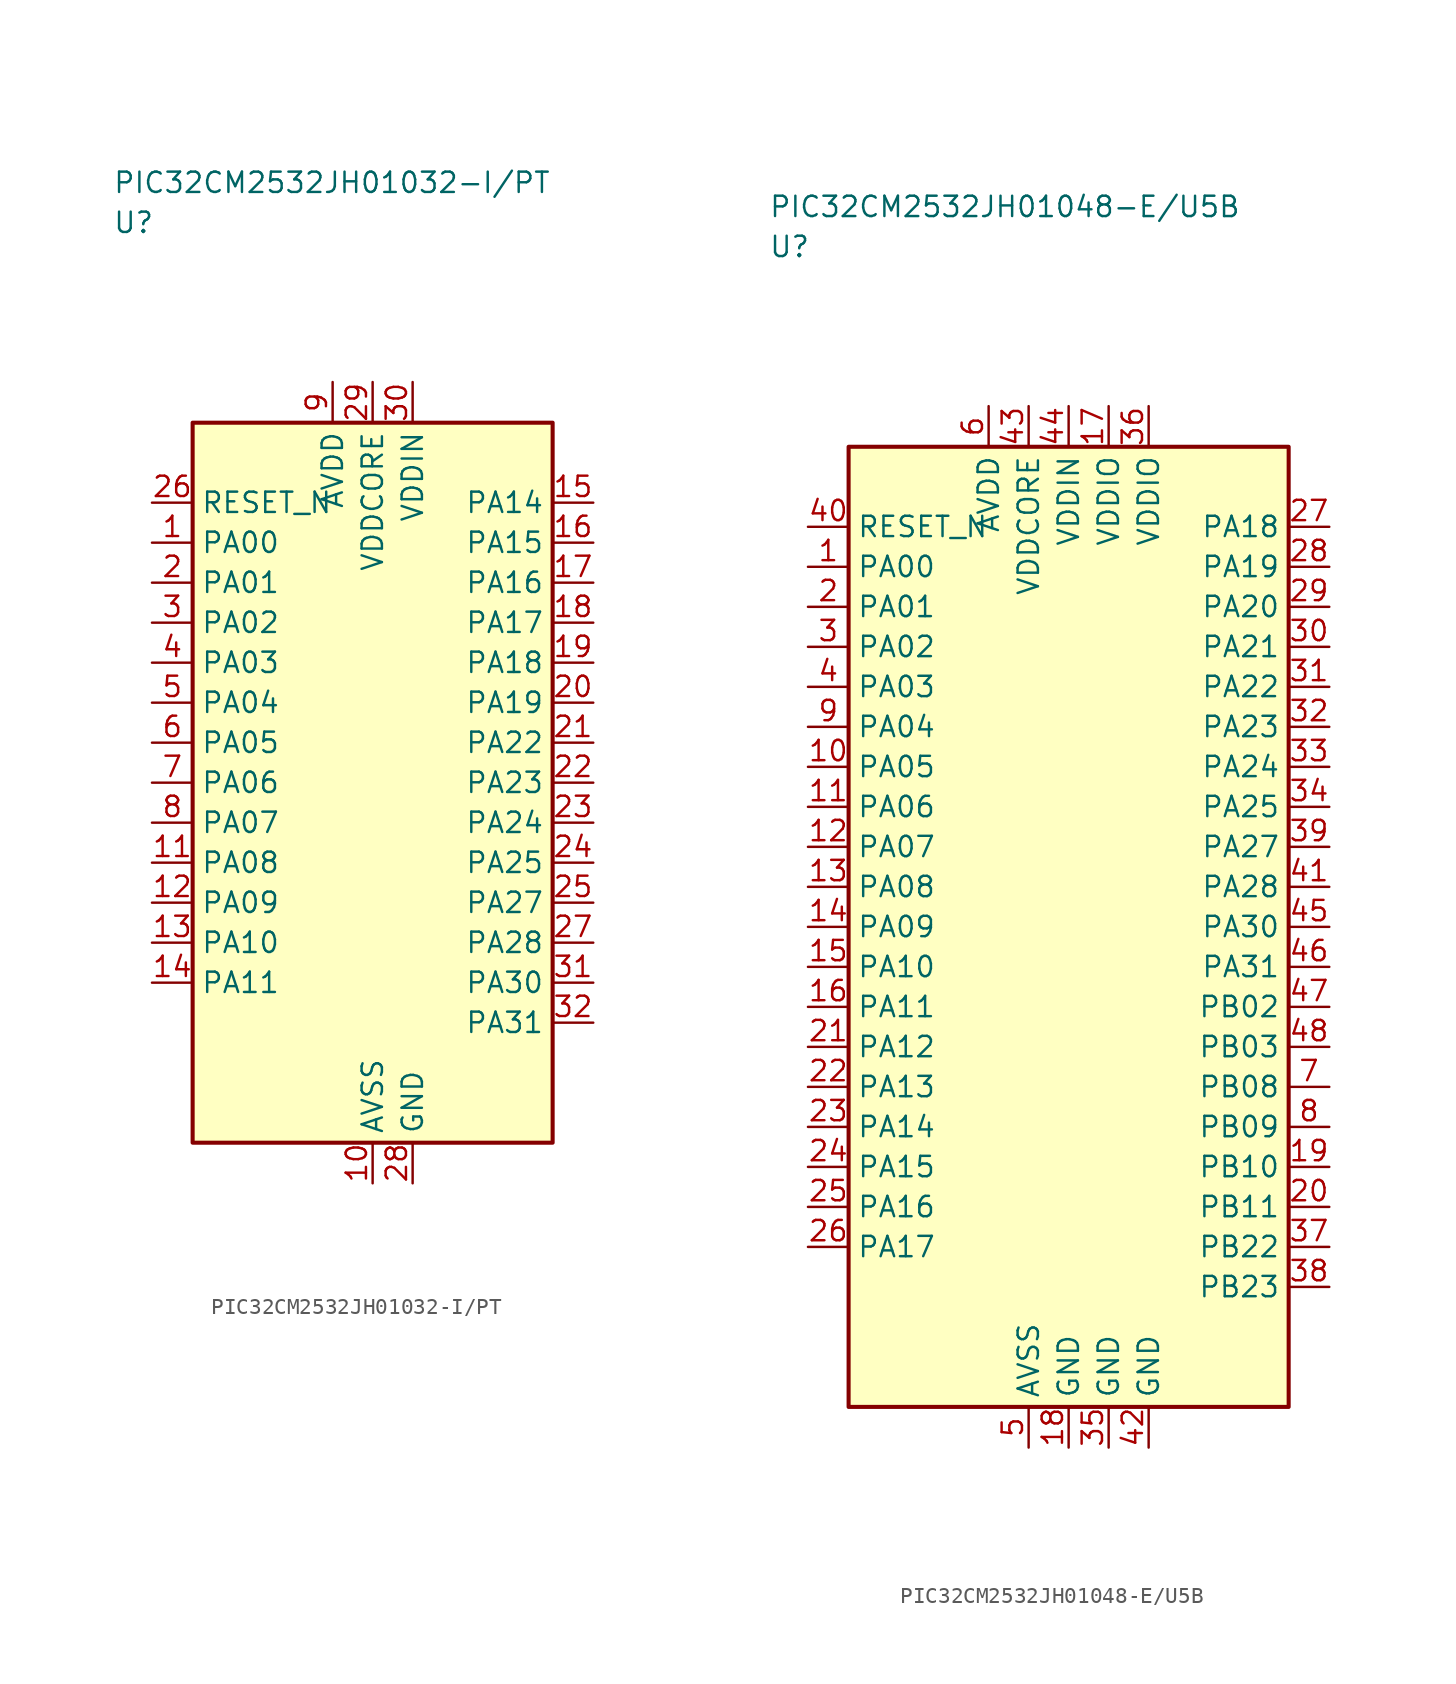
<source format=kicad_sym>
(kicad_symbol_lib
  (version 20241025)
  (generator "kicad_symbol_editor")
  (generator_version "8.0")
  (symbol "PIC32CM2532JH01032-I/PT"
    (property "Reference" "U"
      (at -16.25 35.0 0)
      (effects (font (size 1.27 1.27)) (justify left)))
    (property "Value" "PIC32CM2532JH01032-I/PT"
      (at -16.25 37.5 0)
      (effects (font (size 1.27 1.27)) (justify left)))
    (symbol "PIC32CM2532JH01032-I/PT_0_1"
      (rectangle (start -11.25 22.5) (end 11.25 -22.5) (stroke (width 0.254) (type default)) (fill (type background))))
    (symbol "PIC32CM2532JH01032-I/PT_1_1"
      (pin bidirectional line (at -13.79 15.0 0.0) (length 2.54) (name "PA00" (effects (font (size 1.27 1.27)))) (number "1" (effects (font (size 1.27 1.27)))))
      (pin bidirectional line (at -13.79 12.5 0.0) (length 2.54) (name "PA01" (effects (font (size 1.27 1.27)))) (number "2" (effects (font (size 1.27 1.27)))))
      (pin bidirectional line (at -13.79 10.0 0.0) (length 2.54) (name "PA02" (effects (font (size 1.27 1.27)))) (number "3" (effects (font (size 1.27 1.27)))))
      (pin bidirectional line (at -13.79 7.5 0.0) (length 2.54) (name "PA03" (effects (font (size 1.27 1.27)))) (number "4" (effects (font (size 1.27 1.27)))))
      (pin bidirectional line (at -13.79 5.0 0.0) (length 2.54) (name "PA04" (effects (font (size 1.27 1.27)))) (number "5" (effects (font (size 1.27 1.27)))))
      (pin bidirectional line (at -13.79 2.5 0.0) (length 2.54) (name "PA05" (effects (font (size 1.27 1.27)))) (number "6" (effects (font (size 1.27 1.27)))))
      (pin bidirectional line (at -13.79 0.0 0.0) (length 2.54) (name "PA06" (effects (font (size 1.27 1.27)))) (number "7" (effects (font (size 1.27 1.27)))))
      (pin bidirectional line (at -13.79 -2.5 0.0) (length 2.54) (name "PA07" (effects (font (size 1.27 1.27)))) (number "8" (effects (font (size 1.27 1.27)))))
      (pin power_in line (at -2.5 25.04 270.0) (length 2.54) (name "AVDD" (effects (font (size 1.27 1.27)))) (number "9" (effects (font (size 1.27 1.27)))))
      (pin passive line (at 0.0 -25.04 90.0) (length 2.54) (name "AVSS" (effects (font (size 1.27 1.27)))) (number "10" (effects (font (size 1.27 1.27)))))
      (pin bidirectional line (at -13.79 -5.0 0.0) (length 2.54) (name "PA08" (effects (font (size 1.27 1.27)))) (number "11" (effects (font (size 1.27 1.27)))))
      (pin bidirectional line (at -13.79 -7.5 0.0) (length 2.54) (name "PA09" (effects (font (size 1.27 1.27)))) (number "12" (effects (font (size 1.27 1.27)))))
      (pin bidirectional line (at -13.79 -10.0 0.0) (length 2.54) (name "PA10" (effects (font (size 1.27 1.27)))) (number "13" (effects (font (size 1.27 1.27)))))
      (pin bidirectional line (at -13.79 -12.5 0.0) (length 2.54) (name "PA11" (effects (font (size 1.27 1.27)))) (number "14" (effects (font (size 1.27 1.27)))))
      (pin bidirectional line (at 13.79 17.5 180.0) (length 2.54) (name "PA14" (effects (font (size 1.27 1.27)))) (number "15" (effects (font (size 1.27 1.27)))))
      (pin bidirectional line (at 13.79 15.0 180.0) (length 2.54) (name "PA15" (effects (font (size 1.27 1.27)))) (number "16" (effects (font (size 1.27 1.27)))))
      (pin bidirectional line (at 13.79 12.5 180.0) (length 2.54) (name "PA16" (effects (font (size 1.27 1.27)))) (number "17" (effects (font (size 1.27 1.27)))))
      (pin bidirectional line (at 13.79 10.0 180.0) (length 2.54) (name "PA17" (effects (font (size 1.27 1.27)))) (number "18" (effects (font (size 1.27 1.27)))))
      (pin bidirectional line (at 13.79 7.5 180.0) (length 2.54) (name "PA18" (effects (font (size 1.27 1.27)))) (number "19" (effects (font (size 1.27 1.27)))))
      (pin bidirectional line (at 13.79 5.0 180.0) (length 2.54) (name "PA19" (effects (font (size 1.27 1.27)))) (number "20" (effects (font (size 1.27 1.27)))))
      (pin bidirectional line (at 13.79 2.5 180.0) (length 2.54) (name "PA22" (effects (font (size 1.27 1.27)))) (number "21" (effects (font (size 1.27 1.27)))))
      (pin bidirectional line (at 13.79 0.0 180.0) (length 2.54) (name "PA23" (effects (font (size 1.27 1.27)))) (number "22" (effects (font (size 1.27 1.27)))))
      (pin bidirectional line (at 13.79 -2.5 180.0) (length 2.54) (name "PA24" (effects (font (size 1.27 1.27)))) (number "23" (effects (font (size 1.27 1.27)))))
      (pin bidirectional line (at 13.79 -5.0 180.0) (length 2.54) (name "PA25" (effects (font (size 1.27 1.27)))) (number "24" (effects (font (size 1.27 1.27)))))
      (pin bidirectional line (at 13.79 -7.5 180.0) (length 2.54) (name "PA27" (effects (font (size 1.27 1.27)))) (number "25" (effects (font (size 1.27 1.27)))))
      (pin input line (at -13.79 17.5 0.0) (length 2.54) (name "RESET_N" (effects (font (size 1.27 1.27)))) (number "26" (effects (font (size 1.27 1.27)))))
      (pin bidirectional line (at 13.79 -10.0 180.0) (length 2.54) (name "PA28" (effects (font (size 1.27 1.27)))) (number "27" (effects (font (size 1.27 1.27)))))
      (pin passive line (at 2.5 -25.04 90.0) (length 2.54) (name "GND" (effects (font (size 1.27 1.27)))) (number "28" (effects (font (size 1.27 1.27)))))
      (pin power_in line (at 0.0 25.04 270.0) (length 2.54) (name "VDDCORE" (effects (font (size 1.27 1.27)))) (number "29" (effects (font (size 1.27 1.27)))))
      (pin power_in line (at 2.5 25.04 270.0) (length 2.54) (name "VDDIN" (effects (font (size 1.27 1.27)))) (number "30" (effects (font (size 1.27 1.27)))))
      (pin bidirectional line (at 13.79 -12.5 180.0) (length 2.54) (name "PA30" (effects (font (size 1.27 1.27)))) (number "31" (effects (font (size 1.27 1.27)))))
      (pin bidirectional line (at 13.79 -15.0 180.0) (length 2.54) (name "PA31" (effects (font (size 1.27 1.27)))) (number "32" (effects (font (size 1.27 1.27)))))))
  (symbol "PIC32CM2532JH01048-E/U5B"
    (property "Reference" "U"
      (at -18.75 42.5 0)
      (effects (font (size 1.27 1.27)) (justify left)))
    (property "Value" "PIC32CM2532JH01048-E/U5B"
      (at -18.75 45.0 0)
      (effects (font (size 1.27 1.27)) (justify left)))
    (symbol "PIC32CM2532JH01048-E/U5B_0_1"
      (rectangle (start -13.75 30.0) (end 13.75 -30.0) (stroke (width 0.254) (type default)) (fill (type background))))
    (symbol "PIC32CM2532JH01048-E/U5B_1_1"
      (pin bidirectional line (at -16.29 22.5 0.0) (length 2.54) (name "PA00" (effects (font (size 1.27 1.27)))) (number "1" (effects (font (size 1.27 1.27)))))
      (pin bidirectional line (at -16.29 20.0 0.0) (length 2.54) (name "PA01" (effects (font (size 1.27 1.27)))) (number "2" (effects (font (size 1.27 1.27)))))
      (pin bidirectional line (at -16.29 17.5 0.0) (length 2.54) (name "PA02" (effects (font (size 1.27 1.27)))) (number "3" (effects (font (size 1.27 1.27)))))
      (pin bidirectional line (at -16.29 15.0 0.0) (length 2.54) (name "PA03" (effects (font (size 1.27 1.27)))) (number "4" (effects (font (size 1.27 1.27)))))
      (pin passive line (at -2.5 -32.54 90.0) (length 2.54) (name "AVSS" (effects (font (size 1.27 1.27)))) (number "5" (effects (font (size 1.27 1.27)))))
      (pin power_in line (at -5.0 32.54 270.0) (length 2.54) (name "AVDD" (effects (font (size 1.27 1.27)))) (number "6" (effects (font (size 1.27 1.27)))))
      (pin bidirectional line (at 16.29 -10.0 180.0) (length 2.54) (name "PB08" (effects (font (size 1.27 1.27)))) (number "7" (effects (font (size 1.27 1.27)))))
      (pin bidirectional line (at 16.29 -12.5 180.0) (length 2.54) (name "PB09" (effects (font (size 1.27 1.27)))) (number "8" (effects (font (size 1.27 1.27)))))
      (pin bidirectional line (at -16.29 12.5 0.0) (length 2.54) (name "PA04" (effects (font (size 1.27 1.27)))) (number "9" (effects (font (size 1.27 1.27)))))
      (pin bidirectional line (at -16.29 10.0 0.0) (length 2.54) (name "PA05" (effects (font (size 1.27 1.27)))) (number "10" (effects (font (size 1.27 1.27)))))
      (pin bidirectional line (at -16.29 7.5 0.0) (length 2.54) (name "PA06" (effects (font (size 1.27 1.27)))) (number "11" (effects (font (size 1.27 1.27)))))
      (pin bidirectional line (at -16.29 5.0 0.0) (length 2.54) (name "PA07" (effects (font (size 1.27 1.27)))) (number "12" (effects (font (size 1.27 1.27)))))
      (pin bidirectional line (at -16.29 2.5 0.0) (length 2.54) (name "PA08" (effects (font (size 1.27 1.27)))) (number "13" (effects (font (size 1.27 1.27)))))
      (pin bidirectional line (at -16.29 0.0 0.0) (length 2.54) (name "PA09" (effects (font (size 1.27 1.27)))) (number "14" (effects (font (size 1.27 1.27)))))
      (pin bidirectional line (at -16.29 -2.5 0.0) (length 2.54) (name "PA10" (effects (font (size 1.27 1.27)))) (number "15" (effects (font (size 1.27 1.27)))))
      (pin bidirectional line (at -16.29 -5.0 0.0) (length 2.54) (name "PA11" (effects (font (size 1.27 1.27)))) (number "16" (effects (font (size 1.27 1.27)))))
      (pin power_in line (at 2.5 32.54 270.0) (length 2.54) (name "VDDIO" (effects (font (size 1.27 1.27)))) (number "17" (effects (font (size 1.27 1.27)))))
      (pin passive line (at 0.0 -32.54 90.0) (length 2.54) (name "GND" (effects (font (size 1.27 1.27)))) (number "18" (effects (font (size 1.27 1.27)))))
      (pin bidirectional line (at 16.29 -15.0 180.0) (length 2.54) (name "PB10" (effects (font (size 1.27 1.27)))) (number "19" (effects (font (size 1.27 1.27)))))
      (pin bidirectional line (at 16.29 -17.5 180.0) (length 2.54) (name "PB11" (effects (font (size 1.27 1.27)))) (number "20" (effects (font (size 1.27 1.27)))))
      (pin bidirectional line (at -16.29 -7.5 0.0) (length 2.54) (name "PA12" (effects (font (size 1.27 1.27)))) (number "21" (effects (font (size 1.27 1.27)))))
      (pin bidirectional line (at -16.29 -10.0 0.0) (length 2.54) (name "PA13" (effects (font (size 1.27 1.27)))) (number "22" (effects (font (size 1.27 1.27)))))
      (pin bidirectional line (at -16.29 -12.5 0.0) (length 2.54) (name "PA14" (effects (font (size 1.27 1.27)))) (number "23" (effects (font (size 1.27 1.27)))))
      (pin bidirectional line (at -16.29 -15.0 0.0) (length 2.54) (name "PA15" (effects (font (size 1.27 1.27)))) (number "24" (effects (font (size 1.27 1.27)))))
      (pin bidirectional line (at -16.29 -17.5 0.0) (length 2.54) (name "PA16" (effects (font (size 1.27 1.27)))) (number "25" (effects (font (size 1.27 1.27)))))
      (pin bidirectional line (at -16.29 -20.0 0.0) (length 2.54) (name "PA17" (effects (font (size 1.27 1.27)))) (number "26" (effects (font (size 1.27 1.27)))))
      (pin bidirectional line (at 16.29 25.0 180.0) (length 2.54) (name "PA18" (effects (font (size 1.27 1.27)))) (number "27" (effects (font (size 1.27 1.27)))))
      (pin bidirectional line (at 16.29 22.5 180.0) (length 2.54) (name "PA19" (effects (font (size 1.27 1.27)))) (number "28" (effects (font (size 1.27 1.27)))))
      (pin bidirectional line (at 16.29 20.0 180.0) (length 2.54) (name "PA20" (effects (font (size 1.27 1.27)))) (number "29" (effects (font (size 1.27 1.27)))))
      (pin bidirectional line (at 16.29 17.5 180.0) (length 2.54) (name "PA21" (effects (font (size 1.27 1.27)))) (number "30" (effects (font (size 1.27 1.27)))))
      (pin bidirectional line (at 16.29 15.0 180.0) (length 2.54) (name "PA22" (effects (font (size 1.27 1.27)))) (number "31" (effects (font (size 1.27 1.27)))))
      (pin bidirectional line (at 16.29 12.5 180.0) (length 2.54) (name "PA23" (effects (font (size 1.27 1.27)))) (number "32" (effects (font (size 1.27 1.27)))))
      (pin bidirectional line (at 16.29 10.0 180.0) (length 2.54) (name "PA24" (effects (font (size 1.27 1.27)))) (number "33" (effects (font (size 1.27 1.27)))))
      (pin bidirectional line (at 16.29 7.5 180.0) (length 2.54) (name "PA25" (effects (font (size 1.27 1.27)))) (number "34" (effects (font (size 1.27 1.27)))))
      (pin passive line (at 2.5 -32.54 90.0) (length 2.54) (name "GND" (effects (font (size 1.27 1.27)))) (number "35" (effects (font (size 1.27 1.27)))))
      (pin power_in line (at 5.0 32.54 270.0) (length 2.54) (name "VDDIO" (effects (font (size 1.27 1.27)))) (number "36" (effects (font (size 1.27 1.27)))))
      (pin bidirectional line (at 16.29 -20.0 180.0) (length 2.54) (name "PB22" (effects (font (size 1.27 1.27)))) (number "37" (effects (font (size 1.27 1.27)))))
      (pin bidirectional line (at 16.29 -22.5 180.0) (length 2.54) (name "PB23" (effects (font (size 1.27 1.27)))) (number "38" (effects (font (size 1.27 1.27)))))
      (pin bidirectional line (at 16.29 5.0 180.0) (length 2.54) (name "PA27" (effects (font (size 1.27 1.27)))) (number "39" (effects (font (size 1.27 1.27)))))
      (pin input line (at -16.29 25.0 0.0) (length 2.54) (name "RESET_N" (effects (font (size 1.27 1.27)))) (number "40" (effects (font (size 1.27 1.27)))))
      (pin bidirectional line (at 16.29 2.5 180.0) (length 2.54) (name "PA28" (effects (font (size 1.27 1.27)))) (number "41" (effects (font (size 1.27 1.27)))))
      (pin passive line (at 5.0 -32.54 90.0) (length 2.54) (name "GND" (effects (font (size 1.27 1.27)))) (number "42" (effects (font (size 1.27 1.27)))))
      (pin power_in line (at -2.5 32.54 270.0) (length 2.54) (name "VDDCORE" (effects (font (size 1.27 1.27)))) (number "43" (effects (font (size 1.27 1.27)))))
      (pin power_in line (at 0.0 32.54 270.0) (length 2.54) (name "VDDIN" (effects (font (size 1.27 1.27)))) (number "44" (effects (font (size 1.27 1.27)))))
      (pin bidirectional line (at 16.29 0.0 180.0) (length 2.54) (name "PA30" (effects (font (size 1.27 1.27)))) (number "45" (effects (font (size 1.27 1.27)))))
      (pin bidirectional line (at 16.29 -2.5 180.0) (length 2.54) (name "PA31" (effects (font (size 1.27 1.27)))) (number "46" (effects (font (size 1.27 1.27)))))
      (pin bidirectional line (at 16.29 -5.0 180.0) (length 2.54) (name "PB02" (effects (font (size 1.27 1.27)))) (number "47" (effects (font (size 1.27 1.27)))))
      (pin bidirectional line (at 16.29 -7.5 180.0) (length 2.54) (name "PB03" (effects (font (size 1.27 1.27)))) (number "48" (effects (font (size 1.27 1.27))))))))
</source>
